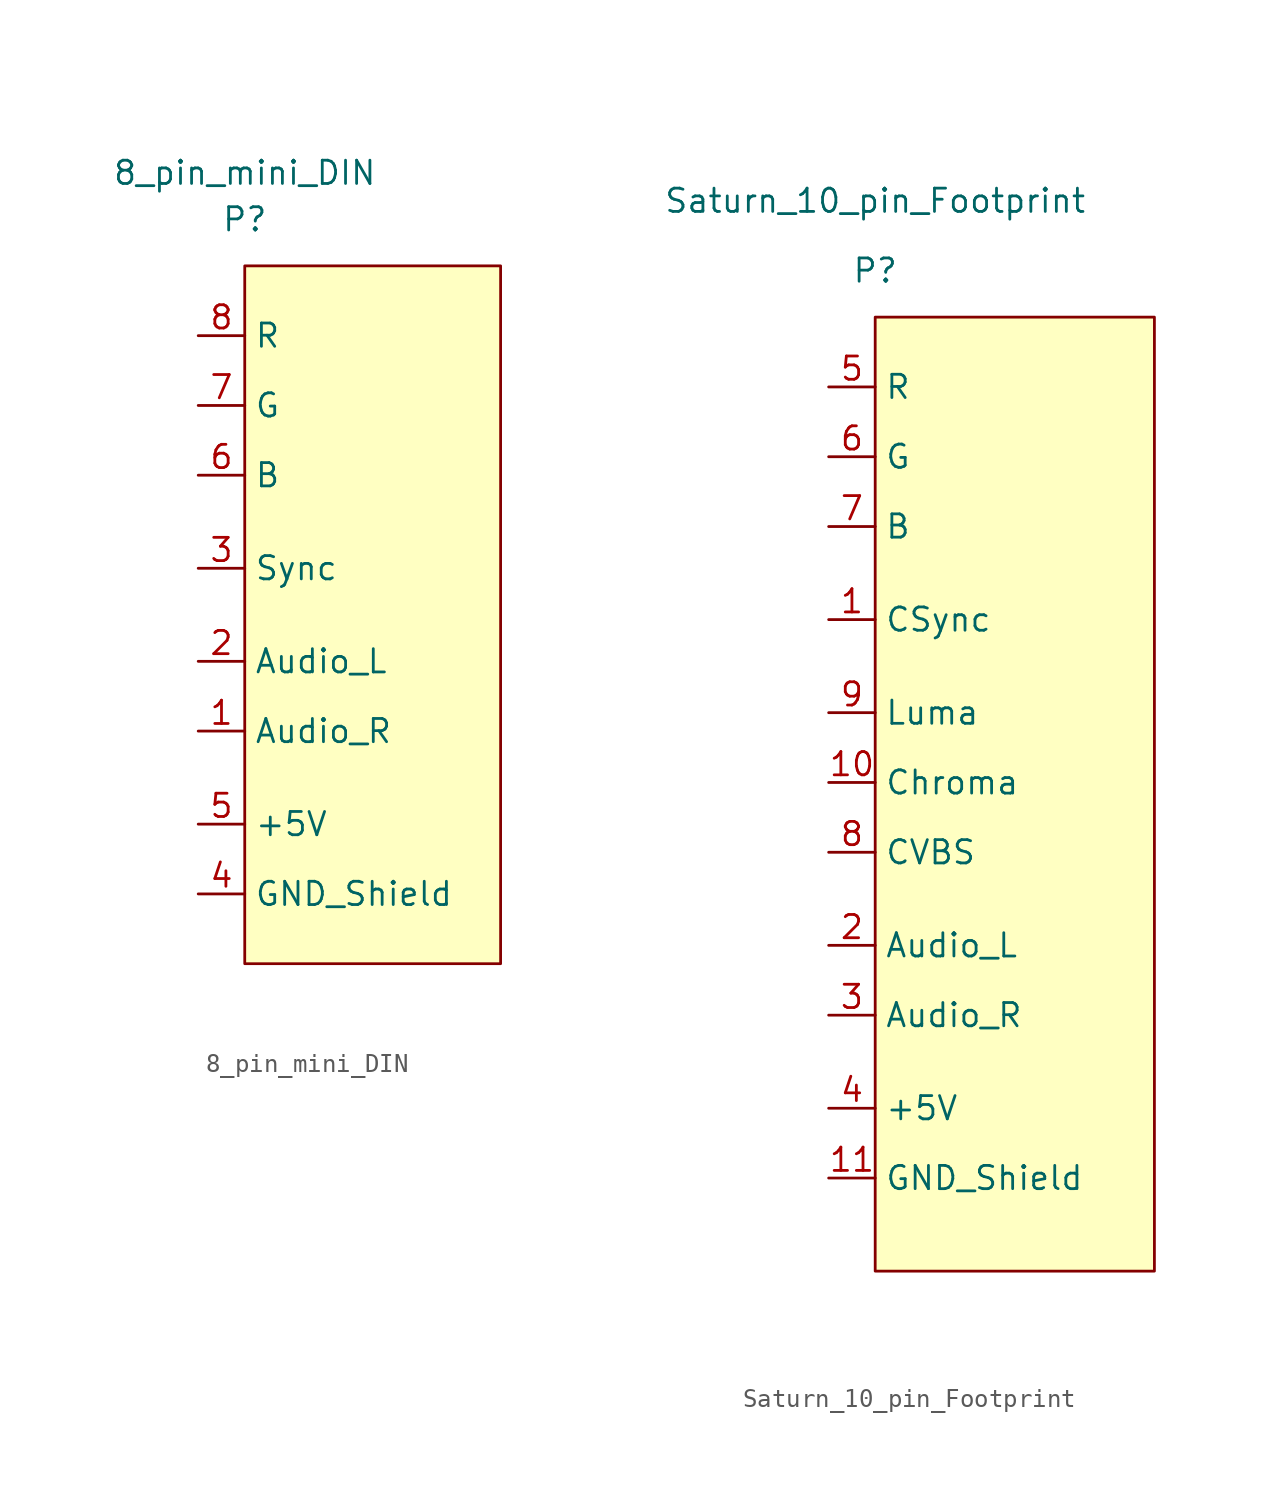
<source format=kicad_sym>
(kicad_symbol_lib
  (version 20211014)
  (generator kicad_symbol_editor)
  (symbol "8_pin_mini_DIN"
    (property "Reference" "P"
      (at 0 2.54 0)
      (effects (font (size 1.27 1.27))))
    (property "Value" "8_pin_mini_DIN"
      (at 0 5.08 0)
      (effects (font (size 1.27 1.27))))
    (symbol "8_pin_mini_DIN_0_1"
      (rectangle (start 0 0) (end 13.97 -38.1) (stroke (width 0.152) (type default) (color 0 0 0 0)) (fill (type background))))
    (symbol "8_pin_mini_DIN_1_1"
      (pin output line (at -2.54 -25.4 0) (length 2.54) (name "Audio_R" (effects (font (size 1.27 1.27)))) (number "1" (effects (font (size 1.27 1.27)))))
      (pin output line (at -2.54 -21.59 0) (length 2.54) (name "Audio_L" (effects (font (size 1.27 1.27)))) (number "2" (effects (font (size 1.27 1.27)))))
      (pin output line (at -2.54 -16.51 0) (length 2.54) (name "Sync" (effects (font (size 1.27 1.27)))) (number "3" (effects (font (size 1.27 1.27)))))
      (pin output line (at -2.54 -34.29 0) (length 2.54) (name "GND_Shield" (effects (font (size 1.27 1.27)))) (number "4" (effects (font (size 1.27 1.27)))))
      (pin output line (at -2.54 -30.48 0) (length 2.54) (name "+5V" (effects (font (size 1.27 1.27)))) (number "5" (effects (font (size 1.27 1.27)))))
      (pin output line (at -2.54 -11.43 0) (length 2.54) (name "B" (effects (font (size 1.27 1.27)))) (number "6" (effects (font (size 1.27 1.27)))))
      (pin output line (at -2.54 -7.62 0) (length 2.54) (name "G" (effects (font (size 1.27 1.27)))) (number "7" (effects (font (size 1.27 1.27)))))
      (pin output line (at -2.54 -3.81 0) (length 2.54) (name "R" (effects (font (size 1.27 1.27)))) (number "8" (effects (font (size 1.27 1.27)))))))
  (symbol "Saturn_10_pin_Footprint"
    (property "Reference" "P"
      (at 0 2.54 0)
      (effects (font (size 1.27 1.27))))
    (property "Value" "Saturn_10_pin_Footprint"
      (at 0 6.35 0)
      (effects (font (size 1.27 1.27))))
    (symbol "Saturn_10_pin_Footprint_0_1"
      (rectangle (start 0 0) (end 15.24 -52.07) (stroke (width 0.152) (type default) (color 0 0 0 0)) (fill (type background))))
    (symbol "Saturn_10_pin_Footprint_1_1"
      (pin input line (at -2.54 -16.51 0) (length 2.54) (name "CSync" (effects (font (size 1.27 1.27)))) (number "1" (effects (font (size 1.27 1.27)))))
      (pin input line (at -2.54 -25.4 0) (length 2.54) (name "Chroma" (effects (font (size 1.27 1.27)))) (number "10" (effects (font (size 1.27 1.27)))))
      (pin input line (at -2.54 -46.99 0) (length 2.54) (name "GND_Shield" (effects (font (size 1.27 1.27)))) (number "11" (effects (font (size 1.27 1.27)))))
      (pin input line (at -2.54 -34.29 0) (length 2.54) (name "Audio_L" (effects (font (size 1.27 1.27)))) (number "2" (effects (font (size 1.27 1.27)))))
      (pin input line (at -2.54 -38.1 0) (length 2.54) (name "Audio_R" (effects (font (size 1.27 1.27)))) (number "3" (effects (font (size 1.27 1.27)))))
      (pin input line (at -2.54 -43.18 0) (length 2.54) (name "+5V" (effects (font (size 1.27 1.27)))) (number "4" (effects (font (size 1.27 1.27)))))
      (pin input line (at -2.54 -3.81 0) (length 2.54) (name "R" (effects (font (size 1.27 1.27)))) (number "5" (effects (font (size 1.27 1.27)))))
      (pin input line (at -2.54 -7.62 0) (length 2.54) (name "G" (effects (font (size 1.27 1.27)))) (number "6" (effects (font (size 1.27 1.27)))))
      (pin input line (at -2.54 -11.43 0) (length 2.54) (name "B" (effects (font (size 1.27 1.27)))) (number "7" (effects (font (size 1.27 1.27)))))
      (pin input line (at -2.54 -29.21 0) (length 2.54) (name "CVBS" (effects (font (size 1.27 1.27)))) (number "8" (effects (font (size 1.27 1.27)))))
      (pin input line (at -2.54 -21.59 0) (length 2.54) (name "Luma" (effects (font (size 1.27 1.27)))) (number "9" (effects (font (size 1.27 1.27))))))))
</source>
